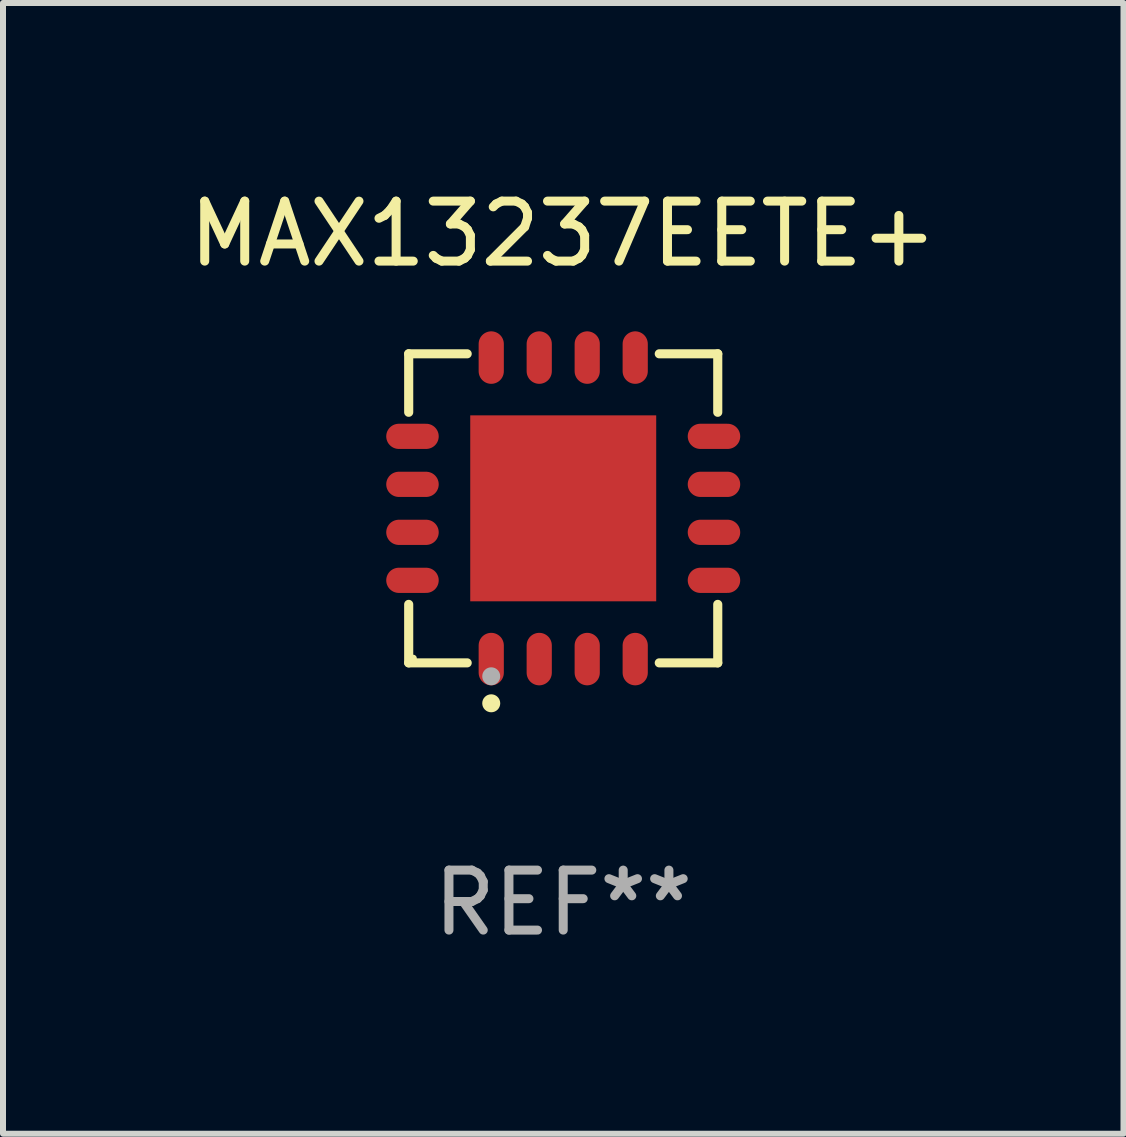
<source format=kicad_pcb>
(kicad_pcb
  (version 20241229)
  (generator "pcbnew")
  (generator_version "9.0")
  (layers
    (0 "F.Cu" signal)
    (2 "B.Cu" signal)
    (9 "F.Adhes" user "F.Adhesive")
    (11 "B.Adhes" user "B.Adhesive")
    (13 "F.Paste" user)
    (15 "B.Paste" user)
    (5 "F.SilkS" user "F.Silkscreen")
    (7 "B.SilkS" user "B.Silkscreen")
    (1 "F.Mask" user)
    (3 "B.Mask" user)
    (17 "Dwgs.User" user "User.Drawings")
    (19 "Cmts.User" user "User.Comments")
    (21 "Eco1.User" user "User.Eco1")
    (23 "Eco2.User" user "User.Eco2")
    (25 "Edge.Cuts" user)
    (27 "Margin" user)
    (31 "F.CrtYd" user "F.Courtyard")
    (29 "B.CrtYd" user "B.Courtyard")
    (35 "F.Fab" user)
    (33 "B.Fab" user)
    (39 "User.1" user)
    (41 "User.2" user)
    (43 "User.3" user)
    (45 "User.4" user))
  (footprint "MAX13237EETE+"
    (layer "F.Cu")
    (at 6.339 5.424)
    (property "Reference" "MAX13237EETE+" (at 0 -4.576 0) (layer "F.SilkS") (effects (font (size 1 1) (thickness 0.15))))
    (attr through_hole)
    (fp_line (start -2.576 -2.576) (end -1.601 -2.576) (stroke (width 0.152) (type solid)) (layer "F.SilkS"))
    (fp_line (start -2.576 -1.601) (end -2.576 -2.576) (stroke (width 0.152) (type solid)) (layer "F.SilkS"))
    (fp_line (start -2.576 1.601) (end -2.576 2.576) (stroke (width 0.152) (type solid)) (layer "F.SilkS"))
    (fp_line (start -2.576 2.576) (end -1.601 2.576) (stroke (width 0.152) (type solid)) (layer "F.SilkS"))
    (fp_line (start 2.576 -2.576) (end 1.601 -2.576) (stroke (width 0.152) (type solid)) (layer "F.SilkS"))
    (fp_line (start 2.576 -1.601) (end 2.576 -2.576) (stroke (width 0.152) (type solid)) (layer "F.SilkS"))
    (fp_line (start 2.576 1.601) (end 2.576 2.576) (stroke (width 0.152) (type solid)) (layer "F.SilkS"))
    (fp_line (start 2.576 2.576) (end 1.601 2.576) (stroke (width 0.152) (type solid)) (layer "F.SilkS"))
    (fp_circle (center -2.5 2.5) (end -2.47 2.5) (stroke (width 0.06) (type solid)) (fill no) (layer "F.SilkS"))
    (fp_circle (center -1.2 3.25) (end -1.125 3.25) (stroke (width 0.15) (type solid)) (fill no) (layer "F.SilkS"))
    (fp_circle (center -1.2 2.8) (end -1.125 2.8) (stroke (width 0.15) (type solid)) (fill no) (layer "F.Fab"))
    (fp_text user "REF**" (at 0 6.576 0) (layer "F.Fab") (effects (font (size 1 1) (thickness 0.15))))
    (pad "1" smd oval (at -1.2 2.513) (size 0.42 0.875) (layers "F.Cu" "F.Mask" "F.Paste"))
    (pad "2" smd oval (at -0.4 2.513) (size 0.42 0.875) (layers "F.Cu" "F.Mask" "F.Paste"))
    (pad "3" smd oval (at 0.4 2.513) (size 0.42 0.875) (layers "F.Cu" "F.Mask" "F.Paste"))
    (pad "4" smd oval (at 1.2 2.513) (size 0.42 0.875) (layers "F.Cu" "F.Mask" "F.Paste"))
    (pad "5" smd oval (at 2.513 1.2) (size 0.875 0.42) (layers "F.Cu" "F.Mask" "F.Paste"))
    (pad "6" smd oval (at 2.513 0.4) (size 0.875 0.42) (layers "F.Cu" "F.Mask" "F.Paste"))
    (pad "7" smd oval (at 2.513 -0.4) (size 0.875 0.42) (layers "F.Cu" "F.Mask" "F.Paste"))
    (pad "8" smd oval (at 2.513 -1.2) (size 0.875 0.42) (layers "F.Cu" "F.Mask" "F.Paste"))
    (pad "9" smd oval (at 1.2 -2.513) (size 0.42 0.875) (layers "F.Cu" "F.Mask" "F.Paste"))
    (pad "10" smd oval (at 0.4 -2.513) (size 0.42 0.875) (layers "F.Cu" "F.Mask" "F.Paste"))
    (pad "11" smd oval (at -0.4 -2.513) (size 0.42 0.875) (layers "F.Cu" "F.Mask" "F.Paste"))
    (pad "12" smd oval (at -1.2 -2.513) (size 0.42 0.875) (layers "F.Cu" "F.Mask" "F.Paste"))
    (pad "13" smd oval (at -2.513 -1.2) (size 0.875 0.42) (layers "F.Cu" "F.Mask" "F.Paste"))
    (pad "14" smd oval (at -2.513 -0.4) (size 0.875 0.42) (layers "F.Cu" "F.Mask" "F.Paste"))
    (pad "15" smd oval (at -2.513 0.4) (size 0.875 0.42) (layers "F.Cu" "F.Mask" "F.Paste"))
    (pad "16" smd oval (at -2.513 1.2) (size 0.875 0.42) (layers "F.Cu" "F.Mask" "F.Paste"))
    (pad "17" smd rect (at 0 0) (size 3.1 3.1) (layers "F.Cu" "F.Mask" "F.Paste")))
  (gr_rect
    (start -3 -3)
    (end 15.679 15.849)
    (stroke (width 0.1) (type default))
    (fill no)
    (layer "Edge.Cuts")))
</source>
